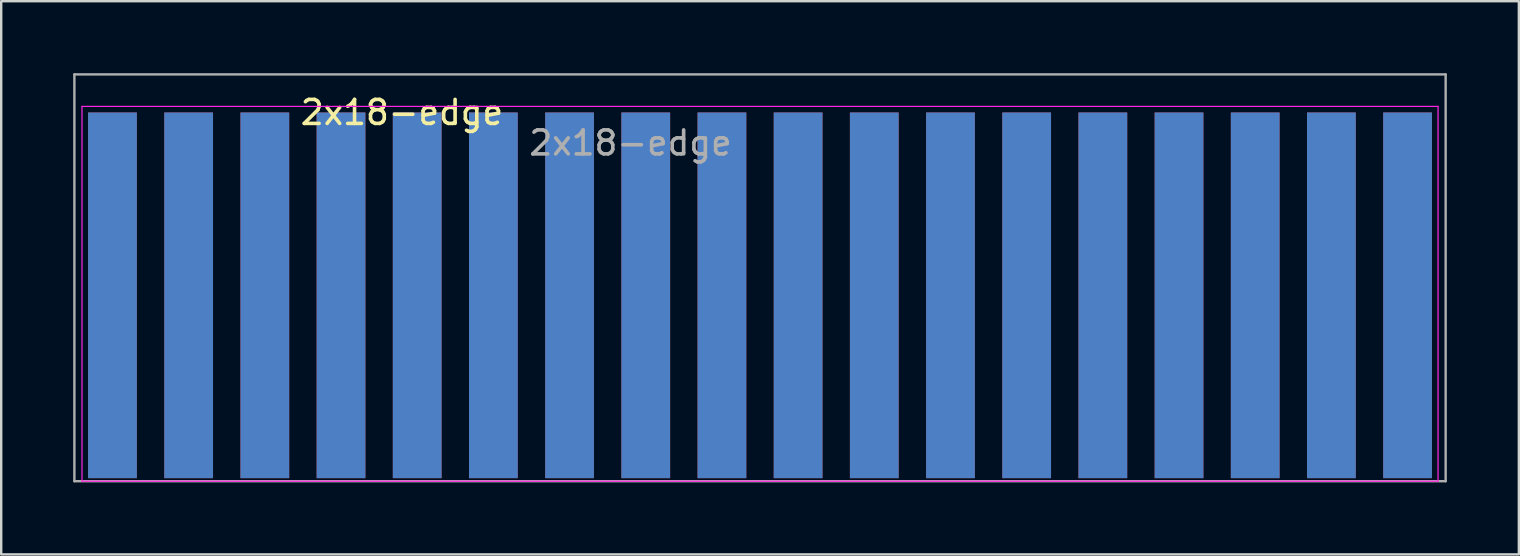
<source format=kicad_pcb>
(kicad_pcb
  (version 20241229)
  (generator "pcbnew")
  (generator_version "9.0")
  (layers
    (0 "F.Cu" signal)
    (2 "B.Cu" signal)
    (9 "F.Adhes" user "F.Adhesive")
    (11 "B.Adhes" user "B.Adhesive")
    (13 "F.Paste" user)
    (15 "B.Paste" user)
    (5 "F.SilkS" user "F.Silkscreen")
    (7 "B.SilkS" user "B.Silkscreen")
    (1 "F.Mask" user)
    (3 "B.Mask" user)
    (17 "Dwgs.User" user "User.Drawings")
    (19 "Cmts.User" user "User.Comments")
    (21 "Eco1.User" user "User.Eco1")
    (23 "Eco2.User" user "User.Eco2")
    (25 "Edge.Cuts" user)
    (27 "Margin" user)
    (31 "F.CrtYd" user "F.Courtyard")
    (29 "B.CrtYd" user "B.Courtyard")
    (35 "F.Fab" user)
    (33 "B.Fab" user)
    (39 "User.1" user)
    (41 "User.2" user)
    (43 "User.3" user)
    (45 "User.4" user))
  (footprint "2x18-edge"
    (layer "F.Cu")
    (at 55.612 9.258)
    (property "Reference" "2x18-edge" (at -41.91 -7.62 0) (layer "F.SilkS") (effects (font (size 1 1) (thickness 0.15))))
    (attr exclude_from_pos_files exclude_from_bom)
    (fp_line (start -55.245 -7.874) (end -55.245 7.747) (stroke (width 0.05) (type solid)) (layer "F.CrtYd"))
    (fp_line (start -55.245 -7.874) (end 1.27 -7.874) (stroke (width 0.05) (type solid)) (layer "F.CrtYd"))
    (fp_line (start 1.27 7.747) (end -55.245 7.747) (stroke (width 0.05) (type solid)) (layer "F.CrtYd"))
    (fp_line (start 1.27 7.747) (end 1.27 -7.874) (stroke (width 0.05) (type solid)) (layer "F.CrtYd"))
    (fp_line (start -55.562 -9.207) (end 1.587 -9.207) (stroke (width 0.1) (type solid)) (layer "F.Fab"))
    (fp_line (start -55.562 7.747) (end -55.562 -9.207) (stroke (width 0.1) (type solid)) (layer "F.Fab"))
    (fp_line (start 1.587 -9.207) (end 1.587 7.747) (stroke (width 0.1) (type solid)) (layer "F.Fab"))
    (fp_line (start 1.587 7.747) (end -55.562 7.747) (stroke (width 0.1) (type solid)) (layer "F.Fab"))
    (fp_text user "${REFERENCE}" (at -32.385 -6.35 0) (layer "F.Fab") (effects (font (size 1 1) (thickness 0.15))))
    (pad "A1" connect rect (at -53.975 0) (size 2.032 15.24) (layers "F.Cu" "F.Mask"))
    (pad "A2" connect rect (at -53.975 0) (size 2.032 15.24) (layers "B.Cu" "B.Mask"))
    (pad "B1" connect rect (at -50.8 0) (size 2.032 15.24) (layers "F.Cu" "F.Mask"))
    (pad "B2" connect rect (at -50.8 0) (size 2.032 15.24) (layers "B.Cu" "B.Mask"))
    (pad "C1" connect rect (at -47.625 0) (size 2.032 15.24) (layers "F.Cu" "F.Mask"))
    (pad "C2" connect rect (at -47.625 0) (size 2.032 15.24) (layers "B.Cu" "B.Mask"))
    (pad "D1" connect rect (at -44.45 0) (size 2.032 15.24) (layers "F.Cu" "F.Mask"))
    (pad "D2" connect rect (at -44.45 0) (size 2.032 15.24) (layers "B.Cu" "B.Mask"))
    (pad "E1" connect rect (at -41.275 0) (size 2.032 15.24) (layers "F.Cu" "F.Mask"))
    (pad "E2" connect rect (at -41.275 0) (size 2.032 15.24) (layers "B.Cu" "B.Mask"))
    (pad "F1" connect rect (at -38.1 0) (size 2.032 15.24) (layers "F.Cu" "F.Mask"))
    (pad "F2" connect rect (at -38.1 0) (size 2.032 15.24) (layers "B.Cu" "B.Mask"))
    (pad "H1" connect rect (at -34.925 0) (size 2.032 15.24) (layers "F.Cu" "F.Mask"))
    (pad "H2" connect rect (at -34.925 0) (size 2.032 15.24) (layers "B.Cu" "B.Mask"))
    (pad "J1" connect rect (at -31.75 0) (size 2.032 15.24) (layers "F.Cu" "F.Mask"))
    (pad "J2" connect rect (at -31.75 0) (size 2.032 15.24) (layers "B.Cu" "B.Mask"))
    (pad "K1" connect rect (at -28.575 0) (size 2.032 15.24) (layers "F.Cu" "F.Mask"))
    (pad "K2" connect rect (at -28.575 0) (size 2.032 15.24) (layers "B.Cu" "B.Mask"))
    (pad "L1" connect rect (at -25.4 0) (size 2.032 15.24) (layers "F.Cu" "F.Mask"))
    (pad "L2" connect rect (at -25.4 0) (size 2.032 15.24) (layers "B.Cu" "B.Mask"))
    (pad "M1" connect rect (at -22.225 0) (size 2.032 15.24) (layers "F.Cu" "F.Mask"))
    (pad "M2" connect rect (at -22.225 0) (size 2.032 15.24) (layers "B.Cu" "B.Mask"))
    (pad "N1" connect rect (at -19.05 0) (size 2.032 15.24) (layers "F.Cu" "F.Mask"))
    (pad "N2" connect rect (at -19.05 0) (size 2.032 15.24) (layers "B.Cu" "B.Mask"))
    (pad "P1" connect rect (at -15.875 0) (size 2.032 15.24) (layers "F.Cu" "F.Mask"))
    (pad "P2" connect rect (at -15.875 0) (size 2.032 15.24) (layers "B.Cu" "B.Mask"))
    (pad "R1" connect rect (at -12.7 0) (size 2.032 15.24) (layers "F.Cu" "F.Mask"))
    (pad "R2" connect rect (at -12.7 0) (size 2.032 15.24) (layers "B.Cu" "B.Mask"))
    (pad "S1" connect rect (at -9.525 0) (size 2.032 15.24) (layers "F.Cu" "F.Mask"))
    (pad "S2" connect rect (at -9.525 0) (size 2.032 15.24) (layers "B.Cu" "B.Mask"))
    (pad "T1" connect rect (at -6.35 0) (size 2.032 15.24) (layers "F.Cu" "F.Mask"))
    (pad "T2" connect rect (at -6.35 0) (size 2.032 15.24) (layers "B.Cu" "B.Mask"))
    (pad "U1" connect rect (at -3.175 0) (size 2.032 15.24) (layers "F.Cu" "F.Mask"))
    (pad "U2" connect rect (at -3.175 0) (size 2.032 15.24) (layers "B.Cu" "B.Mask"))
    (pad "V1" connect rect (at 0 0) (size 2.032 15.24) (layers "F.Cu" "F.Mask"))
    (pad "V2" connect rect (at 0 0) (size 2.032 15.24) (layers "B.Cu" "B.Mask")))
  (gr_rect
    (start -3 -3)
    (end 60.25 20.055)
    (stroke (width 0.1) (type default))
    (fill no)
    (layer "Edge.Cuts")))
</source>
